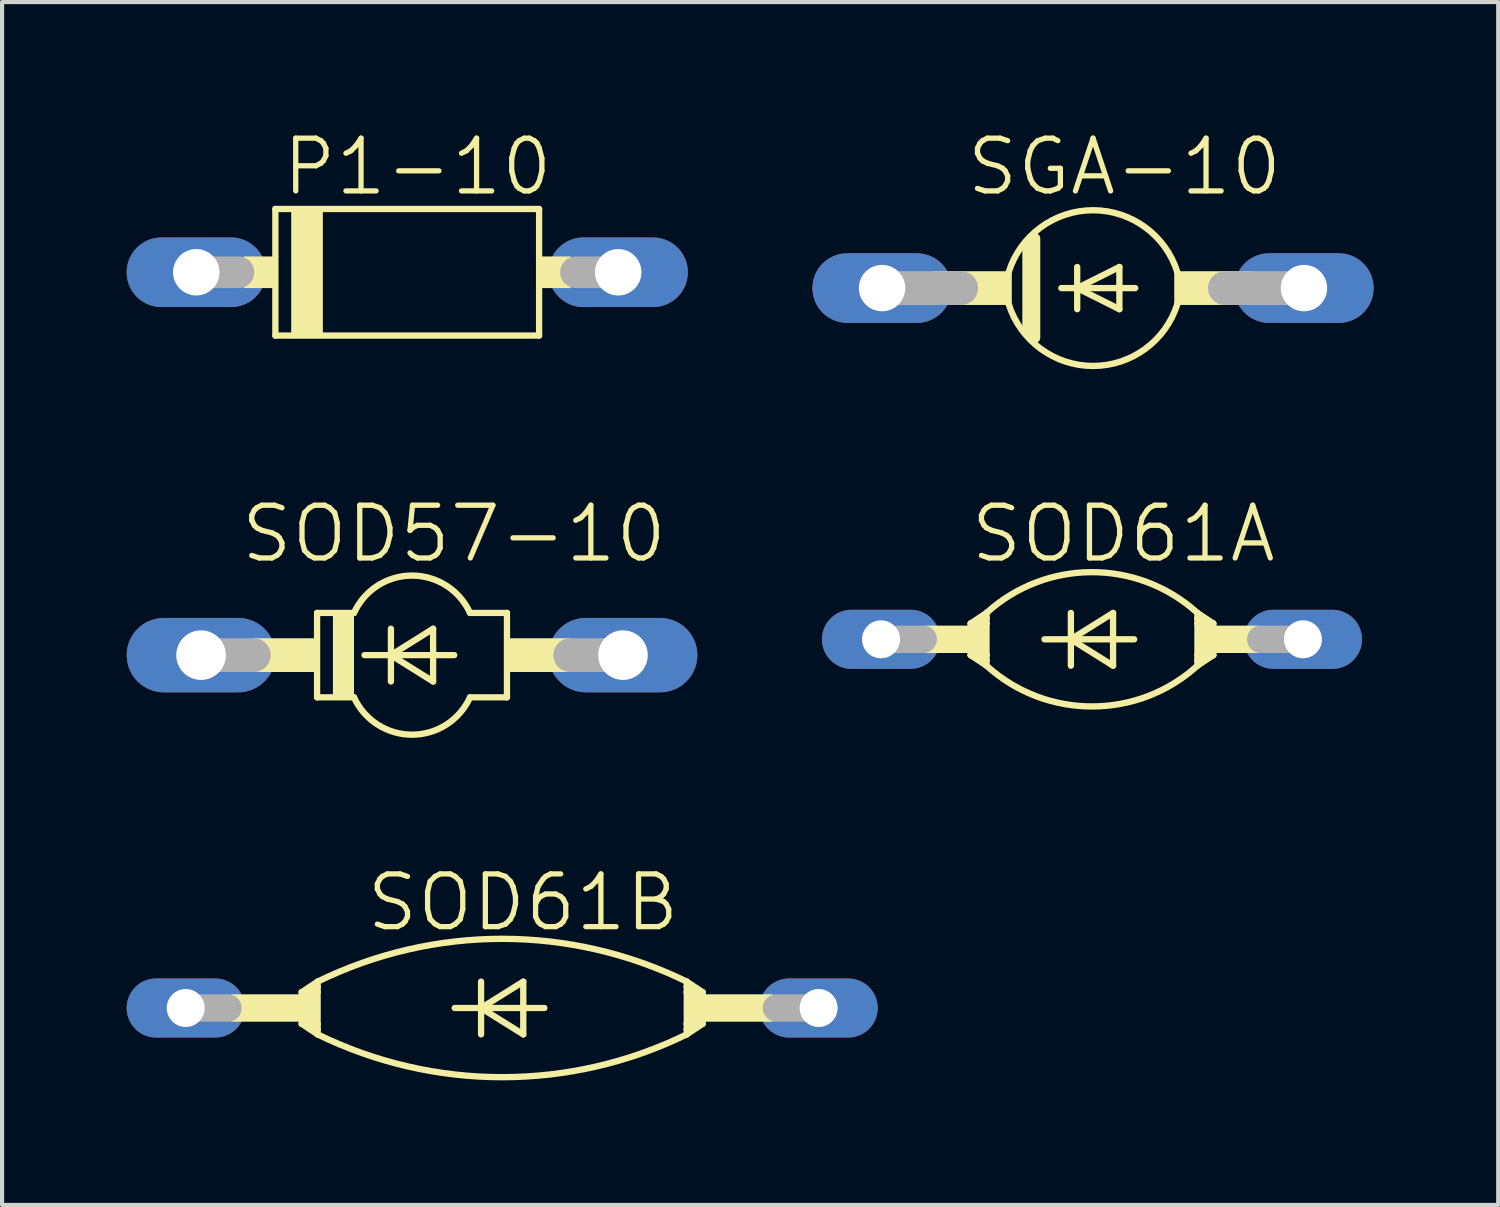
<source format=kicad_pcb>
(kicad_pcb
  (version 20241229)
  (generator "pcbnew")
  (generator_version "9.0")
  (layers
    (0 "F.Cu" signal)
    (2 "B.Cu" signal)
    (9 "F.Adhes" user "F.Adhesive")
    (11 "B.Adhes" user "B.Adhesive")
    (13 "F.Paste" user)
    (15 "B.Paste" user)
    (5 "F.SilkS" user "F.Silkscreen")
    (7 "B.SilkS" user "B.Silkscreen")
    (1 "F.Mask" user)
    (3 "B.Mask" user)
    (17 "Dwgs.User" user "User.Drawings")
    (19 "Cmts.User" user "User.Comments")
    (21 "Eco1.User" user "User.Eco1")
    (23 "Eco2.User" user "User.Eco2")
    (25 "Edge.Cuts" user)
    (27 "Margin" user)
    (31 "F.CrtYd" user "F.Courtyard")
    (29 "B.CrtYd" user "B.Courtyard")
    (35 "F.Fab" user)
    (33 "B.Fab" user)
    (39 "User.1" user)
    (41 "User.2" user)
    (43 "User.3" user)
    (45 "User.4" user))
  (footprint "SOD61A"
    (layer "F.Cu")
    (at 23.244 12.344)
    (property "Reference" "SOD61A" (at 0.756 -2.54 0) (layer "F.SilkS") (effects (font (size 1.27 1.27) (thickness 0.127))))
    (attr through_hole)
    (fp_line (start -2.921 -0.381) (end -2.921 0.381) (stroke (width 0.152) (type solid)) (layer "F.SilkS"))
    (fp_line (start -2.921 -0.381) (end -2.794 -0.381) (stroke (width 0.152) (type solid)) (layer "F.SilkS"))
    (fp_line (start -2.921 0.381) (end -2.794 0.381) (stroke (width 0.152) (type solid)) (layer "F.SilkS"))
    (fp_line (start -2.921 0.381) (end -2.54 0.635) (stroke (width 0.152) (type solid)) (layer "F.SilkS"))
    (fp_line (start -2.794 -0.381) (end -2.54 -0.381) (stroke (width 0.152) (type solid)) (layer "F.SilkS"))
    (fp_line (start -2.794 0.381) (end -2.54 0.381) (stroke (width 0.152) (type solid)) (layer "F.SilkS"))
    (fp_line (start -2.54 -0.635) (end -2.921 -0.381) (stroke (width 0.152) (type solid)) (layer "F.SilkS"))
    (fp_line (start -2.54 -0.635) (end -2.54 -0.508) (stroke (width 0.152) (type solid)) (layer "F.SilkS"))
    (fp_line (start -2.54 -0.508) (end -2.794 -0.381) (stroke (width 0.152) (type solid)) (layer "F.SilkS"))
    (fp_line (start -2.54 -0.508) (end -2.54 -0.381) (stroke (width 0.152) (type solid)) (layer "F.SilkS"))
    (fp_line (start -2.54 -0.381) (end -2.54 0.381) (stroke (width 0.152) (type solid)) (layer "F.SilkS"))
    (fp_line (start -2.54 0.381) (end -2.54 0.508) (stroke (width 0.152) (type solid)) (layer "F.SilkS"))
    (fp_line (start -2.54 0.508) (end -2.794 0.381) (stroke (width 0.152) (type solid)) (layer "F.SilkS"))
    (fp_line (start -2.54 0.508) (end -2.54 0.635) (stroke (width 0.152) (type solid)) (layer "F.SilkS"))
    (fp_line (start -1.143 0) (end -0.508 0) (stroke (width 0.152) (type solid)) (layer "F.SilkS"))
    (fp_line (start -0.508 -0.635) (end -0.508 0) (stroke (width 0.152) (type solid)) (layer "F.SilkS"))
    (fp_line (start -0.508 0) (end -0.508 0.635) (stroke (width 0.152) (type solid)) (layer "F.SilkS"))
    (fp_line (start -0.508 0) (end 0.508 -0.635) (stroke (width 0.152) (type solid)) (layer "F.SilkS"))
    (fp_line (start -0.508 0) (end 1.016 0) (stroke (width 0.152) (type solid)) (layer "F.SilkS"))
    (fp_line (start 0.508 -0.635) (end 0.508 0.635) (stroke (width 0.152) (type solid)) (layer "F.SilkS"))
    (fp_line (start 0.508 0.635) (end -0.508 0) (stroke (width 0.152) (type solid)) (layer "F.SilkS"))
    (fp_line (start 2.54 -0.635) (end 2.921 -0.381) (stroke (width 0.152) (type solid)) (layer "F.SilkS"))
    (fp_line (start 2.54 -0.508) (end 2.54 -0.635) (stroke (width 0.152) (type solid)) (layer "F.SilkS"))
    (fp_line (start 2.54 -0.508) (end 2.794 -0.381) (stroke (width 0.152) (type solid)) (layer "F.SilkS"))
    (fp_line (start 2.54 -0.381) (end 2.54 -0.508) (stroke (width 0.152) (type solid)) (layer "F.SilkS"))
    (fp_line (start 2.54 0.381) (end 2.54 -0.381) (stroke (width 0.152) (type solid)) (layer "F.SilkS"))
    (fp_line (start 2.54 0.508) (end 2.54 0.381) (stroke (width 0.152) (type solid)) (layer "F.SilkS"))
    (fp_line (start 2.54 0.508) (end 2.794 0.381) (stroke (width 0.152) (type solid)) (layer "F.SilkS"))
    (fp_line (start 2.54 0.635) (end 2.54 0.508) (stroke (width 0.152) (type solid)) (layer "F.SilkS"))
    (fp_line (start 2.54 0.635) (end 2.921 0.381) (stroke (width 0.152) (type solid)) (layer "F.SilkS"))
    (fp_line (start 2.794 -0.381) (end 2.54 -0.381) (stroke (width 0.152) (type solid)) (layer "F.SilkS"))
    (fp_line (start 2.794 0.381) (end 2.54 0.381) (stroke (width 0.152) (type solid)) (layer "F.SilkS"))
    (fp_line (start 2.921 -0.381) (end 2.794 -0.381) (stroke (width 0.152) (type solid)) (layer "F.SilkS"))
    (fp_line (start 2.921 -0.381) (end 2.921 0.381) (stroke (width 0.152) (type solid)) (layer "F.SilkS"))
    (fp_line (start 2.921 0.381) (end 2.794 0.381) (stroke (width 0.152) (type solid)) (layer "F.SilkS"))
    (fp_arc (start -2.54 -0.635) (mid -0.014943 -1.616944) (end 2.5178 -0.655) (stroke (width 0.1524) (type solid)) (layer "F.SilkS"))
    (fp_arc (start 2.54 0.635) (mid 0.014943 1.616944) (end -2.5178 0.655) (stroke (width 0.1524) (type solid)) (layer "F.SilkS"))
    (fp_poly (pts (xy -4.013 -0.33) (xy -2.921 -0.33) (xy -2.921 0.33) (xy -4.013 0.33)) (stroke (width 0) (type solid)) (fill yes) (layer "F.SilkS"))
    (fp_poly (pts (xy -2.921 -0.381) (xy -2.54 -0.381) (xy -2.54 0.381) (xy -2.921 0.381)) (stroke (width 0) (type solid)) (fill yes) (layer "F.SilkS"))
    (fp_poly (pts (xy 2.54 -0.381) (xy 2.921 -0.381) (xy 2.921 0.381) (xy 2.54 0.381)) (stroke (width 0) (type solid)) (fill yes) (layer "F.SilkS"))
    (fp_poly (pts (xy 2.921 -0.33) (xy 4.013 -0.33) (xy 4.013 0.33) (xy 2.921 0.33)) (stroke (width 0) (type solid)) (fill yes) (layer "F.SilkS"))
    (fp_line (start -5.08 0) (end -4.064 0) (stroke (width 0.66) (type solid)) (layer "F.Fab"))
    (fp_line (start 5.08 0) (end 4.064 0) (stroke (width 0.66) (type solid)) (layer "F.Fab"))
    (pad "A" thru_hole oval (at 5.08 0) (size 2.845 1.422) (drill 0.914) (layers "*.Cu" "*.Mask"))
    (pad "C" thru_hole oval (at -5.08 0) (size 2.845 1.422) (drill 0.914) (layers "*.Cu" "*.Mask")))
  (footprint "SOD61B"
    (layer "F.Cu")
    (at 9.042 21.222)
    (property "Reference" "SOD61B" (at 0.502 -2.54 0) (layer "F.SilkS") (effects (font (size 1.27 1.27) (thickness 0.127))))
    (attr through_hole)
    (fp_line (start -4.826 -0.381) (end -4.826 0.381) (stroke (width 0.152) (type solid)) (layer "F.SilkS"))
    (fp_line (start -4.826 -0.381) (end -4.699 -0.381) (stroke (width 0.152) (type solid)) (layer "F.SilkS"))
    (fp_line (start -4.826 0.381) (end -4.699 0.381) (stroke (width 0.152) (type solid)) (layer "F.SilkS"))
    (fp_line (start -4.826 0.381) (end -4.445 0.635) (stroke (width 0.152) (type solid)) (layer "F.SilkS"))
    (fp_line (start -4.699 -0.381) (end -4.445 -0.381) (stroke (width 0.152) (type solid)) (layer "F.SilkS"))
    (fp_line (start -4.699 0.381) (end -4.445 0.381) (stroke (width 0.152) (type solid)) (layer "F.SilkS"))
    (fp_line (start -4.445 -0.635) (end -4.826 -0.381) (stroke (width 0.152) (type solid)) (layer "F.SilkS"))
    (fp_line (start -4.445 -0.635) (end -4.445 -0.508) (stroke (width 0.152) (type solid)) (layer "F.SilkS"))
    (fp_line (start -4.445 -0.508) (end -4.699 -0.381) (stroke (width 0.152) (type solid)) (layer "F.SilkS"))
    (fp_line (start -4.445 -0.508) (end -4.445 -0.381) (stroke (width 0.152) (type solid)) (layer "F.SilkS"))
    (fp_line (start -4.445 -0.381) (end -4.445 0.381) (stroke (width 0.152) (type solid)) (layer "F.SilkS"))
    (fp_line (start -4.445 0.381) (end -4.445 0.508) (stroke (width 0.152) (type solid)) (layer "F.SilkS"))
    (fp_line (start -4.445 0.508) (end -4.699 0.381) (stroke (width 0.152) (type solid)) (layer "F.SilkS"))
    (fp_line (start -4.445 0.508) (end -4.445 0.635) (stroke (width 0.152) (type solid)) (layer "F.SilkS"))
    (fp_line (start -1.143 0) (end -0.508 0) (stroke (width 0.152) (type solid)) (layer "F.SilkS"))
    (fp_line (start -0.508 -0.635) (end -0.508 0) (stroke (width 0.152) (type solid)) (layer "F.SilkS"))
    (fp_line (start -0.508 0) (end -0.508 0.635) (stroke (width 0.152) (type solid)) (layer "F.SilkS"))
    (fp_line (start -0.508 0) (end 0.508 -0.635) (stroke (width 0.152) (type solid)) (layer "F.SilkS"))
    (fp_line (start -0.508 0) (end 1.016 0) (stroke (width 0.152) (type solid)) (layer "F.SilkS"))
    (fp_line (start 0.508 -0.635) (end 0.508 0.635) (stroke (width 0.152) (type solid)) (layer "F.SilkS"))
    (fp_line (start 0.508 0.635) (end -0.508 0) (stroke (width 0.152) (type solid)) (layer "F.SilkS"))
    (fp_line (start 4.445 -0.635) (end 4.826 -0.381) (stroke (width 0.152) (type solid)) (layer "F.SilkS"))
    (fp_line (start 4.445 -0.508) (end 4.445 -0.635) (stroke (width 0.152) (type solid)) (layer "F.SilkS"))
    (fp_line (start 4.445 -0.508) (end 4.699 -0.381) (stroke (width 0.152) (type solid)) (layer "F.SilkS"))
    (fp_line (start 4.445 -0.381) (end 4.445 -0.508) (stroke (width 0.152) (type solid)) (layer "F.SilkS"))
    (fp_line (start 4.445 0.381) (end 4.445 -0.381) (stroke (width 0.152) (type solid)) (layer "F.SilkS"))
    (fp_line (start 4.445 0.508) (end 4.445 0.381) (stroke (width 0.152) (type solid)) (layer "F.SilkS"))
    (fp_line (start 4.445 0.508) (end 4.699 0.381) (stroke (width 0.152) (type solid)) (layer "F.SilkS"))
    (fp_line (start 4.445 0.635) (end 4.445 0.508) (stroke (width 0.152) (type solid)) (layer "F.SilkS"))
    (fp_line (start 4.445 0.635) (end 4.826 0.381) (stroke (width 0.152) (type solid)) (layer "F.SilkS"))
    (fp_line (start 4.699 -0.381) (end 4.445 -0.381) (stroke (width 0.152) (type solid)) (layer "F.SilkS"))
    (fp_line (start 4.699 0.381) (end 4.445 0.381) (stroke (width 0.152) (type solid)) (layer "F.SilkS"))
    (fp_line (start 4.826 -0.381) (end 4.699 -0.381) (stroke (width 0.152) (type solid)) (layer "F.SilkS"))
    (fp_line (start 4.826 -0.381) (end 4.826 0.381) (stroke (width 0.152) (type solid)) (layer "F.SilkS"))
    (fp_line (start 4.826 0.381) (end 4.699 0.381) (stroke (width 0.152) (type solid)) (layer "F.SilkS"))
    (fp_arc (start -4.445 -0.635) (mid -0.001166 -1.665851) (end 4.4429 -0.636) (stroke (width 0.1524) (type solid)) (layer "F.SilkS"))
    (fp_arc (start 4.445 0.635) (mid 0.001166 1.665851) (end -4.4429 0.636) (stroke (width 0.1524) (type solid)) (layer "F.SilkS"))
    (fp_poly (pts (xy -6.528 -0.33) (xy -4.826 -0.33) (xy -4.826 0.33) (xy -6.528 0.33)) (stroke (width 0) (type solid)) (fill yes) (layer "F.SilkS"))
    (fp_poly (pts (xy -4.826 -0.381) (xy -4.445 -0.381) (xy -4.445 0.381) (xy -4.826 0.381)) (stroke (width 0) (type solid)) (fill yes) (layer "F.SilkS"))
    (fp_poly (pts (xy 4.445 -0.381) (xy 4.826 -0.381) (xy 4.826 0.381) (xy 4.445 0.381)) (stroke (width 0) (type solid)) (fill yes) (layer "F.SilkS"))
    (fp_poly (pts (xy 4.826 -0.33) (xy 6.528 -0.33) (xy 6.528 0.33) (xy 4.826 0.33)) (stroke (width 0) (type solid)) (fill yes) (layer "F.SilkS"))
    (fp_line (start -7.62 0) (end -6.604 0) (stroke (width 0.66) (type solid)) (layer "F.Fab"))
    (fp_line (start 7.62 0) (end 6.604 0) (stroke (width 0.66) (type solid)) (layer "F.Fab"))
    (pad "A" thru_hole oval (at 7.62 0) (size 2.845 1.422) (drill 0.914) (layers "*.Cu" "*.Mask"))
    (pad "C" thru_hole oval (at -7.62 0) (size 2.845 1.422) (drill 0.914) (layers "*.Cu" "*.Mask")))
  (footprint "SOD57-10"
    (layer "F.Cu")
    (at 6.871 12.725)
    (property "Reference" "SOD57-10" (at 1.01 -2.921 0) (layer "F.SilkS") (effects (font (size 1.27 1.27) (thickness 0.127))))
    (attr through_hole)
    (fp_line (start -2.286 -1.016) (end -2.286 1.016) (stroke (width 0.152) (type solid)) (layer "F.SilkS"))
    (fp_line (start -2.286 -1.016) (end -1.397 -1.016) (stroke (width 0.152) (type solid)) (layer "F.SilkS"))
    (fp_line (start -2.286 1.016) (end -1.397 1.016) (stroke (width 0.152) (type solid)) (layer "F.SilkS"))
    (fp_line (start -1.143 0) (end -0.508 0) (stroke (width 0.152) (type solid)) (layer "F.SilkS"))
    (fp_line (start -0.508 -0.635) (end -0.508 0) (stroke (width 0.152) (type solid)) (layer "F.SilkS"))
    (fp_line (start -0.508 0) (end -0.508 0.635) (stroke (width 0.152) (type solid)) (layer "F.SilkS"))
    (fp_line (start -0.508 0) (end 0.508 -0.635) (stroke (width 0.152) (type solid)) (layer "F.SilkS"))
    (fp_line (start -0.508 0) (end 1.016 0) (stroke (width 0.152) (type solid)) (layer "F.SilkS"))
    (fp_line (start 0.508 -0.635) (end 0.508 0.635) (stroke (width 0.152) (type solid)) (layer "F.SilkS"))
    (fp_line (start 0.508 0.635) (end -0.508 0) (stroke (width 0.152) (type solid)) (layer "F.SilkS"))
    (fp_line (start 1.397 1.016) (end 2.286 1.016) (stroke (width 0.152) (type solid)) (layer "F.SilkS"))
    (fp_line (start 2.286 -1.016) (end 1.397 -1.016) (stroke (width 0.152) (type solid)) (layer "F.SilkS"))
    (fp_line (start 2.286 1.016) (end 2.286 -1.016) (stroke (width 0.152) (type solid)) (layer "F.SilkS"))
    (fp_arc (start -1.397 -1.016) (mid 0 -1.915547) (end 1.397 -1.016) (stroke (width 0.1524) (type solid)) (layer "F.SilkS"))
    (fp_arc (start 1.397 1.016) (mid 0 1.915547) (end -1.397 1.016) (stroke (width 0.1524) (type solid)) (layer "F.SilkS"))
    (fp_poly (pts (xy -3.835 -0.406) (xy -2.286 -0.406) (xy -2.286 0.406) (xy -3.835 0.406)) (stroke (width 0) (type solid)) (fill yes) (layer "F.SilkS"))
    (fp_poly (pts (xy -1.905 -1.016) (xy -1.397 -1.016) (xy -1.397 1.016) (xy -1.905 1.016)) (stroke (width 0) (type solid)) (fill yes) (layer "F.SilkS"))
    (fp_poly (pts (xy 2.286 -0.406) (xy 3.835 -0.406) (xy 3.835 0.406) (xy 2.286 0.406)) (stroke (width 0) (type solid)) (fill yes) (layer "F.SilkS"))
    (fp_line (start -5.08 0) (end -3.81 0) (stroke (width 0.813) (type solid)) (layer "F.Fab"))
    (fp_line (start 5.08 0) (end 3.81 0) (stroke (width 0.813) (type solid)) (layer "F.Fab"))
    (pad "A" thru_hole oval (at 5.08 0) (size 3.581 1.791) (drill 1.194) (layers "*.Cu" "*.Mask"))
    (pad "C" thru_hole oval (at -5.08 0) (size 3.581 1.791) (drill 1.194) (layers "*.Cu" "*.Mask")))
  (footprint "P1-10"
    (layer "F.Cu")
    (at 6.756 3.506)
    (property "Reference" "P1-10" (at 0.248 -2.54 0) (layer "F.SilkS") (effects (font (size 1.27 1.27) (thickness 0.127))))
    (attr through_hole)
    (fp_line (start -3.175 -1.524) (end -3.175 1.524) (stroke (width 0.152) (type solid)) (layer "F.SilkS"))
    (fp_line (start -3.175 1.524) (end 3.175 1.524) (stroke (width 0.152) (type solid)) (layer "F.SilkS"))
    (fp_line (start 3.175 -1.524) (end -3.175 -1.524) (stroke (width 0.152) (type solid)) (layer "F.SilkS"))
    (fp_line (start 3.175 1.524) (end 3.175 -1.524) (stroke (width 0.152) (type solid)) (layer "F.SilkS"))
    (fp_poly (pts (xy -3.937 -0.381) (xy -3.175 -0.381) (xy -3.175 0.381) (xy -3.937 0.381)) (stroke (width 0) (type solid)) (fill yes) (layer "F.SilkS"))
    (fp_poly (pts (xy -2.794 -1.524) (xy -2.032 -1.524) (xy -2.032 1.524) (xy -2.794 1.524)) (stroke (width 0) (type solid)) (fill yes) (layer "F.SilkS"))
    (fp_poly (pts (xy 3.175 -0.381) (xy 3.937 -0.381) (xy 3.937 0.381) (xy 3.175 0.381)) (stroke (width 0) (type solid)) (fill yes) (layer "F.SilkS"))
    (fp_line (start -5.08 0) (end -4.064 0) (stroke (width 0.762) (type solid)) (layer "F.Fab"))
    (fp_line (start 5.08 0) (end 4.064 0) (stroke (width 0.762) (type solid)) (layer "F.Fab"))
    (pad "A" thru_hole oval (at 5.08 0) (size 3.353 1.676) (drill 1.118) (layers "*.Cu" "*.Mask"))
    (pad "C" thru_hole oval (at -5.08 0) (size 3.353 1.676) (drill 1.118) (layers "*.Cu" "*.Mask")))
  (footprint "SGA-10"
    (layer "F.Cu")
    (at 23.269 3.887)
    (property "Reference" "SGA-10" (at 0.756 -2.921 0) (layer "F.SilkS") (effects (font (size 1.27 1.27) (thickness 0.127))))
    (attr through_hole)
    (fp_line (start -2.032 -0.381) (end -2.032 0.381) (stroke (width 0.152) (type solid)) (layer "F.SilkS"))
    (fp_line (start -1.575 -1.041) (end -1.575 1.016) (stroke (width 0.254) (type solid)) (layer "F.SilkS"))
    (fp_line (start -1.397 -1.194) (end -1.397 1.194) (stroke (width 0.254) (type solid)) (layer "F.SilkS"))
    (fp_line (start -0.762 0) (end -0.381 0) (stroke (width 0.152) (type solid)) (layer "F.SilkS"))
    (fp_line (start -0.381 -0.508) (end -0.381 0) (stroke (width 0.152) (type solid)) (layer "F.SilkS"))
    (fp_line (start -0.381 0) (end -0.381 0.508) (stroke (width 0.152) (type solid)) (layer "F.SilkS"))
    (fp_line (start -0.381 0) (end 0.635 -0.508) (stroke (width 0.152) (type solid)) (layer "F.SilkS"))
    (fp_line (start -0.381 0) (end 1.016 0) (stroke (width 0.152) (type solid)) (layer "F.SilkS"))
    (fp_line (start 0.635 -0.508) (end 0.635 0.508) (stroke (width 0.152) (type solid)) (layer "F.SilkS"))
    (fp_line (start 0.635 0.508) (end -0.381 0) (stroke (width 0.152) (type solid)) (layer "F.SilkS"))
    (fp_line (start 2.032 -0.381) (end 2.032 0.381) (stroke (width 0.152) (type solid)) (layer "F.SilkS"))
    (fp_arc (start -2.032 -0.381) (mid -0.000001 -1.874908) (end 2.031999 -0.381002) (stroke (width 0.1524) (type solid)) (layer "F.SilkS"))
    (fp_arc (start 2.031999 0.381002) (mid -0.000001 1.874908) (end -2.032 0.381) (stroke (width 0.1524) (type solid)) (layer "F.SilkS"))
    (fp_poly (pts (xy -3.861 -0.406) (xy -2.032 -0.406) (xy -2.032 0.406) (xy -3.861 0.406)) (stroke (width 0) (type solid)) (fill yes) (layer "F.SilkS"))
    (fp_poly (pts (xy 2.032 -0.406) (xy 3.861 -0.406) (xy 3.861 0.406) (xy 2.032 0.406)) (stroke (width 0) (type solid)) (fill yes) (layer "F.SilkS"))
    (fp_line (start -5.08 0) (end -3.175 0) (stroke (width 0.813) (type solid)) (layer "F.Fab"))
    (fp_line (start 5.08 0) (end 3.175 0) (stroke (width 0.813) (type solid)) (layer "F.Fab"))
    (pad "A" thru_hole oval (at 5.08 0) (size 3.353 1.676) (drill 1.118) (layers "*.Cu" "*.Mask"))
    (pad "C" thru_hole oval (at -5.08 0) (size 3.353 1.676) (drill 1.118) (layers "*.Cu" "*.Mask")))
  (gr_rect
    (start -3 -3)
    (end 33.026 25.964)
    (stroke (width 0.1) (type default))
    (fill no)
    (layer "Edge.Cuts")))
</source>
